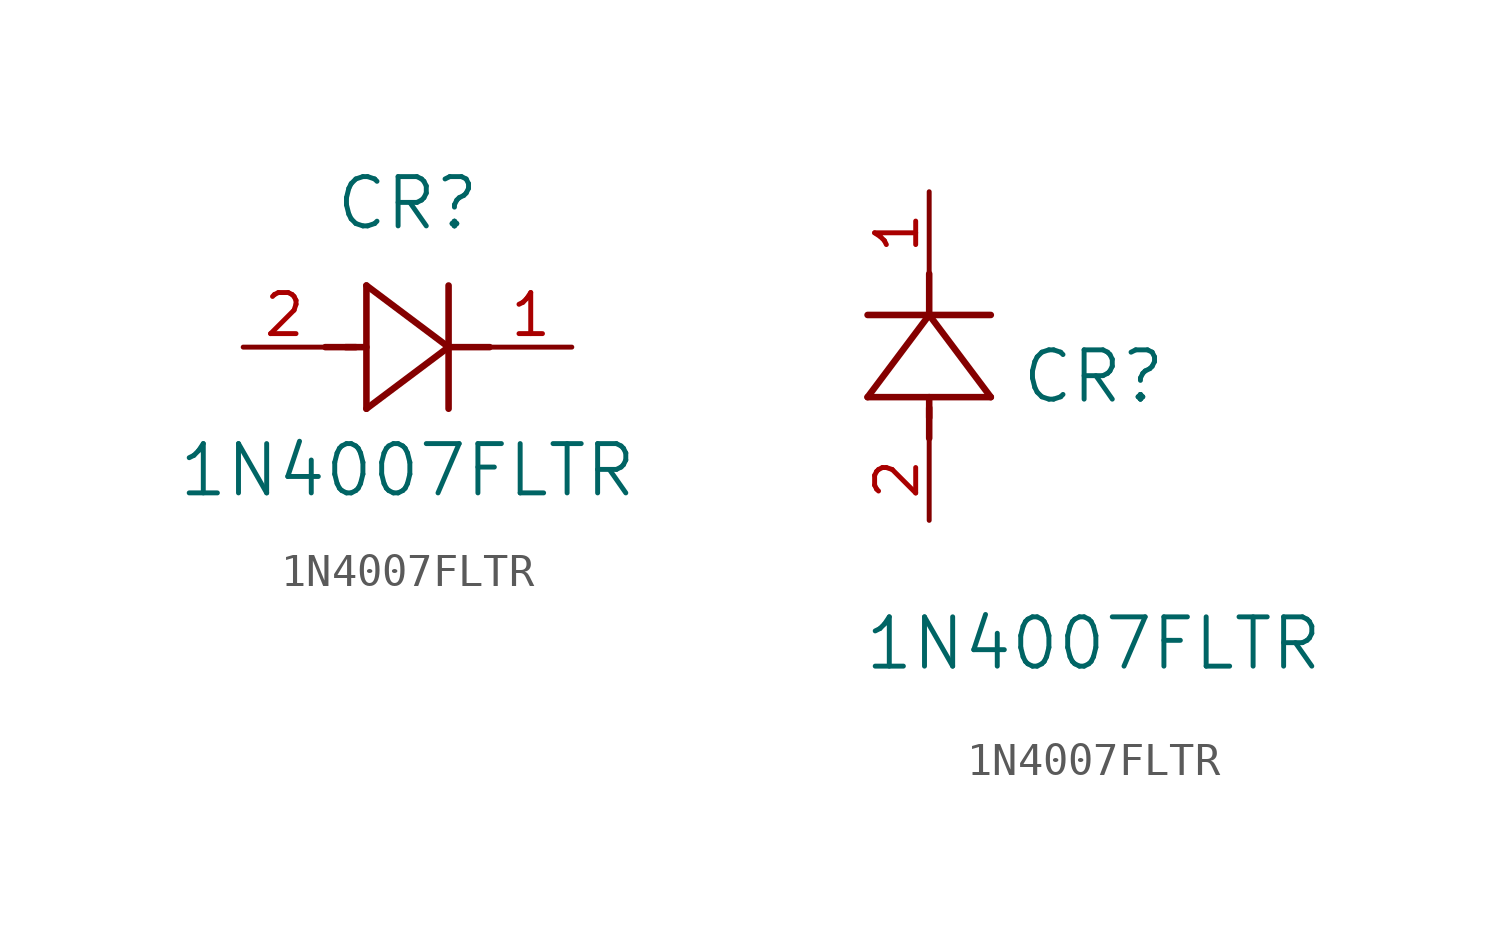
<source format=kicad_sym>
(kicad_symbol_lib
  (version 20211014)
  (generator kicad_symbol_editor)
  (symbol "1N4007FLTR"
    (pin_names
      (offset 0.254))
    (property "Reference" "CR"
      (at 5.08 4.445 0)
      (effects (font (size 1.524 1.524))))
    (property "Value" "1N4007FLTR"
      (at 5.08 -3.81 0)
      (effects (font (size 1.524 1.524))))
    (symbol "1N4007FLTR_1_1"
      (polyline (pts (xy 2.54 0) (xy 3.48 0)) (stroke (width 0.203) (type default) (color 0 0 0 0)) (fill (type none)))
      (polyline (pts (xy 3.81 1.905) (xy 3.81 -1.905)) (stroke (width 0.203) (type default) (color 0 0 0 0)) (fill (type none)))
      (polyline (pts (xy 3.175 0) (xy 3.81 0)) (stroke (width 0.203) (type default) (color 0 0 0 0)) (fill (type none)))
      (polyline (pts (xy 6.35 -1.905) (xy 6.35 1.905)) (stroke (width 0.203) (type default) (color 0 0 0 0)) (fill (type none)))
      (polyline (pts (xy 6.35 0) (xy 7.62 0)) (stroke (width 0.203) (type default) (color 0 0 0 0)) (fill (type none)))
      (polyline (pts (xy 6.35 0) (xy 3.81 1.905)) (stroke (width 0.203) (type default) (color 0 0 0 0)) (fill (type none)))
      (polyline (pts (xy 3.81 -1.905) (xy 6.35 0)) (stroke (width 0.203) (type default) (color 0 0 0 0)) (fill (type none)))
      (pin unspecified line (at 0 0 0) (length 2.54) (name "" (effects (font (size 1.27 1.27)))) (number "2" (effects (font (size 1.27 1.27)))))
      (pin unspecified line (at 10.16 0 180) (length 2.54) (name "" (effects (font (size 1.27 1.27)))) (number "1" (effects (font (size 1.27 1.27))))))
    (symbol "1N4007FLTR_1_2"
      (polyline (pts (xy 0 2.54) (xy 0 3.48)) (stroke (width 0.203) (type default) (color 0 0 0 0)) (fill (type none)))
      (polyline (pts (xy -1.905 3.81) (xy 1.905 3.81)) (stroke (width 0.203) (type default) (color 0 0 0 0)) (fill (type none)))
      (polyline (pts (xy 0 3.175) (xy 0 3.81)) (stroke (width 0.203) (type default) (color 0 0 0 0)) (fill (type none)))
      (polyline (pts (xy 1.905 6.35) (xy -1.905 6.35)) (stroke (width 0.203) (type default) (color 0 0 0 0)) (fill (type none)))
      (polyline (pts (xy 0 6.35) (xy 0 7.62)) (stroke (width 0.203) (type default) (color 0 0 0 0)) (fill (type none)))
      (polyline (pts (xy 0 6.35) (xy -1.905 3.81)) (stroke (width 0.203) (type default) (color 0 0 0 0)) (fill (type none)))
      (polyline (pts (xy 1.905 3.81) (xy 0 6.35)) (stroke (width 0.203) (type default) (color 0 0 0 0)) (fill (type none)))
      (pin unspecified line (at 0 0 90) (length 2.54) (name "" (effects (font (size 1.27 1.27)))) (number "2" (effects (font (size 1.27 1.27)))))
      (pin unspecified line (at 0 10.16 270) (length 2.54) (name "" (effects (font (size 1.27 1.27)))) (number "1" (effects (font (size 1.27 1.27))))))))
</source>
